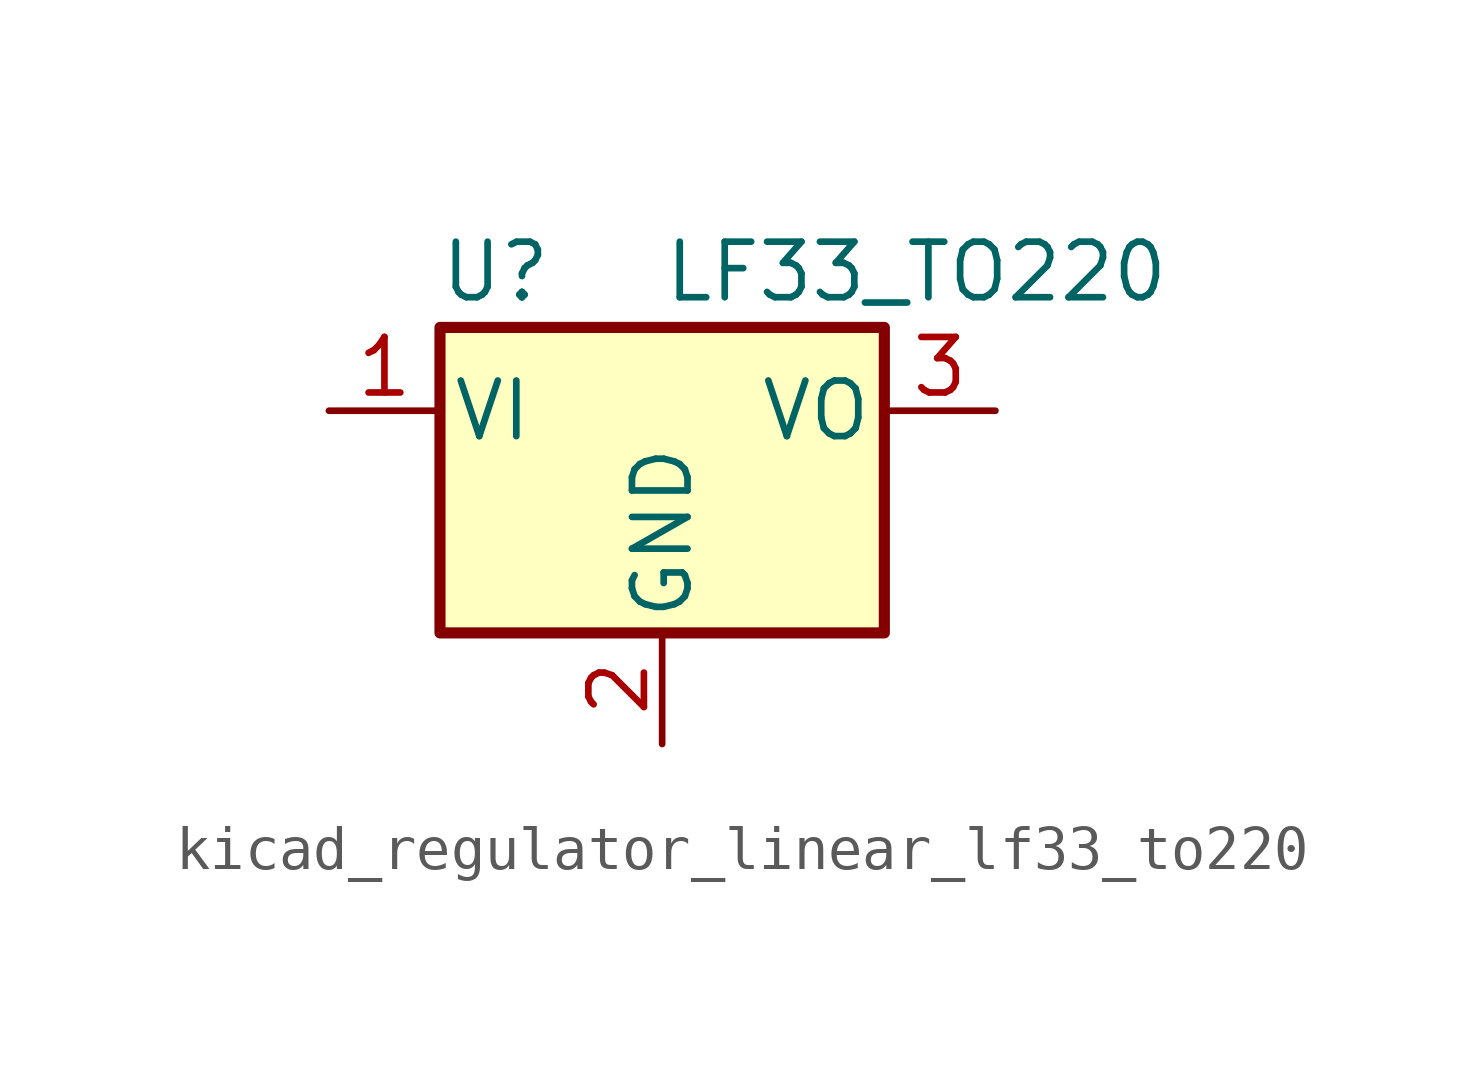
<source format=kicad_sym>
(kicad_symbol_lib
  (version 20220914)
  (generator kicad_symbol_editor)
  (symbol "kicad_regulator_linear_lf33_to220"
    (pin_names
      (offset 0.254))
    (property "Reference" "U"
      (at -3.81 3.175 0)
      (effects (font (size 1.27 1.27))))
    (property "Value" "LF33_TO220"
      (at 0 3.175 0)
      (effects (font (size 1.27 1.27)) (justify left)))
    (symbol "kicad_regulator_linear_lf33_to220_0_1"
      (rectangle (start -5.08 1.905) (end 5.08 -5.08) (stroke (width 0.254) (type default)) (fill (type background))))
    (symbol "kicad_regulator_linear_lf33_to220_1_1"
      (pin power_in line (at -7.62 0 0) (length 2.54) (name "VI" (effects (font (size 1.27 1.27)))) (number "1" (effects (font (size 1.27 1.27)))))
      (pin power_in line (at 0 -7.62 90) (length 2.54) (name "GND" (effects (font (size 1.27 1.27)))) (number "2" (effects (font (size 1.27 1.27)))))
      (pin power_out line (at 7.62 0 180) (length 2.54) (name "VO" (effects (font (size 1.27 1.27)))) (number "3" (effects (font (size 1.27 1.27))))))))
</source>
